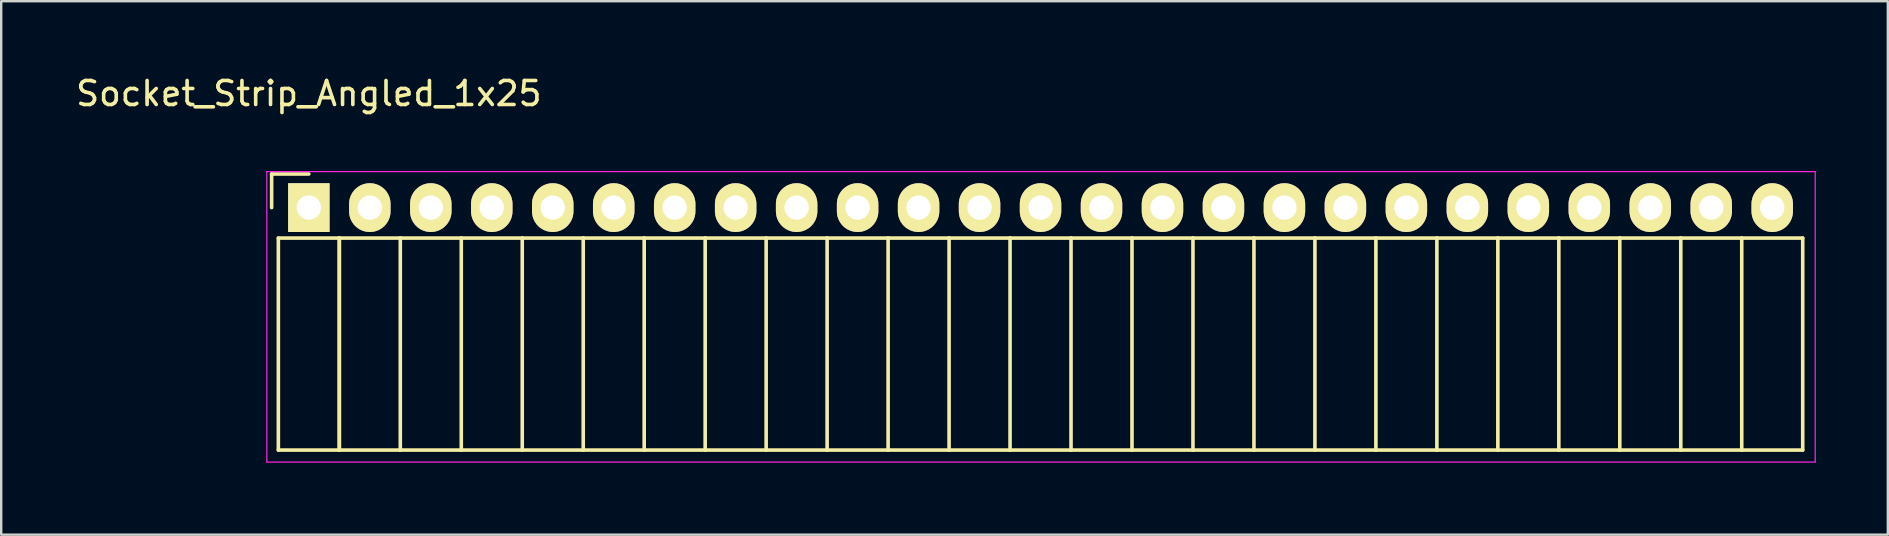
<source format=kicad_pcb>
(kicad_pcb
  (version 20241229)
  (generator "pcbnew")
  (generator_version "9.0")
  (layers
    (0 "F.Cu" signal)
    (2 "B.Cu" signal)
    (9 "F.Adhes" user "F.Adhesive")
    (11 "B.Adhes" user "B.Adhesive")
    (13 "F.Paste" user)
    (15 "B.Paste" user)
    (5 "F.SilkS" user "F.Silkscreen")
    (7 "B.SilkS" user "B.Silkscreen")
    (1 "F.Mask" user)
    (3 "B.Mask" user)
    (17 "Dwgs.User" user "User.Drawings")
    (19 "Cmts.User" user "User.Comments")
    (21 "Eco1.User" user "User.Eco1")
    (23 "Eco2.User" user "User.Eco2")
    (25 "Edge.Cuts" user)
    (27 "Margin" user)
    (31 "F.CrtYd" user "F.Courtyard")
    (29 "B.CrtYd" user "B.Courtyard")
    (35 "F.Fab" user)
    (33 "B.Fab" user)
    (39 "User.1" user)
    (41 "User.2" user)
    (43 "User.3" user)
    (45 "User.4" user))
  (footprint "Socket_Strip_Angled_1x25"
    (layer "F.Cu")
    (at 9.815 5.598)
    (property "Reference" "Socket_Strip_Angled_1x25" (at 0 -4.75 0) (layer "F.SilkS") (effects (font (size 1 1) (thickness 0.15))))
    (attr through_hole)
    (fp_line (start -1.55 -1.4) (end -1.55 0) (stroke (width 0.15) (type solid)) (layer "F.SilkS"))
    (fp_line (start -1.27 1.27) (end -1.27 10.1) (stroke (width 0.15) (type solid)) (layer "F.SilkS"))
    (fp_line (start -1.27 1.27) (end 1.27 1.27) (stroke (width 0.15) (type solid)) (layer "F.SilkS"))
    (fp_line (start -1.27 10.1) (end 1.27 10.1) (stroke (width 0.15) (type solid)) (layer "F.SilkS"))
    (fp_line (start 0 -1.4) (end -1.55 -1.4) (stroke (width 0.15) (type solid)) (layer "F.SilkS"))
    (fp_line (start 1.27 1.27) (end 1.27 10.1) (stroke (width 0.15) (type solid)) (layer "F.SilkS"))
    (fp_line (start 1.27 1.27) (end 3.81 1.27) (stroke (width 0.15) (type solid)) (layer "F.SilkS"))
    (fp_line (start 1.27 10.1) (end 1.27 1.27) (stroke (width 0.15) (type solid)) (layer "F.SilkS"))
    (fp_line (start 1.27 10.1) (end 3.81 10.1) (stroke (width 0.15) (type solid)) (layer "F.SilkS"))
    (fp_line (start 3.81 1.27) (end 6.35 1.27) (stroke (width 0.15) (type solid)) (layer "F.SilkS"))
    (fp_line (start 3.81 10.1) (end 3.81 1.27) (stroke (width 0.15) (type solid)) (layer "F.SilkS"))
    (fp_line (start 3.81 10.1) (end 6.35 10.1) (stroke (width 0.15) (type solid)) (layer "F.SilkS"))
    (fp_line (start 6.35 1.27) (end 8.89 1.27) (stroke (width 0.15) (type solid)) (layer "F.SilkS"))
    (fp_line (start 6.35 10.1) (end 6.35 1.27) (stroke (width 0.15) (type solid)) (layer "F.SilkS"))
    (fp_line (start 6.35 10.1) (end 8.89 10.1) (stroke (width 0.15) (type solid)) (layer "F.SilkS"))
    (fp_line (start 8.89 1.27) (end 11.43 1.27) (stroke (width 0.15) (type solid)) (layer "F.SilkS"))
    (fp_line (start 8.89 10.1) (end 8.89 1.27) (stroke (width 0.15) (type solid)) (layer "F.SilkS"))
    (fp_line (start 8.89 10.1) (end 11.43 10.1) (stroke (width 0.15) (type solid)) (layer "F.SilkS"))
    (fp_line (start 11.43 1.27) (end 13.97 1.27) (stroke (width 0.15) (type solid)) (layer "F.SilkS"))
    (fp_line (start 11.43 10.1) (end 11.43 1.27) (stroke (width 0.15) (type solid)) (layer "F.SilkS"))
    (fp_line (start 11.43 10.1) (end 13.97 10.1) (stroke (width 0.15) (type solid)) (layer "F.SilkS"))
    (fp_line (start 13.97 1.27) (end 16.51 1.27) (stroke (width 0.15) (type solid)) (layer "F.SilkS"))
    (fp_line (start 13.97 10.1) (end 13.97 1.27) (stroke (width 0.15) (type solid)) (layer "F.SilkS"))
    (fp_line (start 13.97 10.1) (end 16.51 10.1) (stroke (width 0.15) (type solid)) (layer "F.SilkS"))
    (fp_line (start 16.51 1.27) (end 19.05 1.27) (stroke (width 0.15) (type solid)) (layer "F.SilkS"))
    (fp_line (start 16.51 10.1) (end 16.51 1.27) (stroke (width 0.15) (type solid)) (layer "F.SilkS"))
    (fp_line (start 16.51 10.1) (end 19.05 10.1) (stroke (width 0.15) (type solid)) (layer "F.SilkS"))
    (fp_line (start 19.05 1.27) (end 21.59 1.27) (stroke (width 0.15) (type solid)) (layer "F.SilkS"))
    (fp_line (start 19.05 10.1) (end 19.05 1.27) (stroke (width 0.15) (type solid)) (layer "F.SilkS"))
    (fp_line (start 19.05 10.1) (end 21.59 10.1) (stroke (width 0.15) (type solid)) (layer "F.SilkS"))
    (fp_line (start 21.59 1.27) (end 24.13 1.27) (stroke (width 0.15) (type solid)) (layer "F.SilkS"))
    (fp_line (start 21.59 10.1) (end 21.59 1.27) (stroke (width 0.15) (type solid)) (layer "F.SilkS"))
    (fp_line (start 21.59 10.1) (end 24.13 10.1) (stroke (width 0.15) (type solid)) (layer "F.SilkS"))
    (fp_line (start 24.13 1.27) (end 26.67 1.27) (stroke (width 0.15) (type solid)) (layer "F.SilkS"))
    (fp_line (start 24.13 10.1) (end 24.13 1.27) (stroke (width 0.15) (type solid)) (layer "F.SilkS"))
    (fp_line (start 24.13 10.1) (end 26.67 10.1) (stroke (width 0.15) (type solid)) (layer "F.SilkS"))
    (fp_line (start 26.67 1.27) (end 29.21 1.27) (stroke (width 0.15) (type solid)) (layer "F.SilkS"))
    (fp_line (start 26.67 10.1) (end 26.67 1.27) (stroke (width 0.15) (type solid)) (layer "F.SilkS"))
    (fp_line (start 26.67 10.1) (end 29.21 10.1) (stroke (width 0.15) (type solid)) (layer "F.SilkS"))
    (fp_line (start 29.21 1.27) (end 31.75 1.27) (stroke (width 0.15) (type solid)) (layer "F.SilkS"))
    (fp_line (start 29.21 10.1) (end 29.21 1.27) (stroke (width 0.15) (type solid)) (layer "F.SilkS"))
    (fp_line (start 29.21 10.1) (end 31.75 10.1) (stroke (width 0.15) (type solid)) (layer "F.SilkS"))
    (fp_line (start 31.75 1.27) (end 34.29 1.27) (stroke (width 0.15) (type solid)) (layer "F.SilkS"))
    (fp_line (start 31.75 10.1) (end 31.75 1.27) (stroke (width 0.15) (type solid)) (layer "F.SilkS"))
    (fp_line (start 31.75 10.1) (end 34.29 10.1) (stroke (width 0.15) (type solid)) (layer "F.SilkS"))
    (fp_line (start 34.29 1.27) (end 36.83 1.27) (stroke (width 0.15) (type solid)) (layer "F.SilkS"))
    (fp_line (start 34.29 10.1) (end 34.29 1.27) (stroke (width 0.15) (type solid)) (layer "F.SilkS"))
    (fp_line (start 34.29 10.1) (end 36.83 10.1) (stroke (width 0.15) (type solid)) (layer "F.SilkS"))
    (fp_line (start 36.83 1.27) (end 39.37 1.27) (stroke (width 0.15) (type solid)) (layer "F.SilkS"))
    (fp_line (start 36.83 10.1) (end 36.83 1.27) (stroke (width 0.15) (type solid)) (layer "F.SilkS"))
    (fp_line (start 36.83 10.1) (end 39.37 10.1) (stroke (width 0.15) (type solid)) (layer "F.SilkS"))
    (fp_line (start 39.37 1.27) (end 41.91 1.27) (stroke (width 0.15) (type solid)) (layer "F.SilkS"))
    (fp_line (start 39.37 10.1) (end 39.37 1.27) (stroke (width 0.15) (type solid)) (layer "F.SilkS"))
    (fp_line (start 39.37 10.1) (end 41.91 10.1) (stroke (width 0.15) (type solid)) (layer "F.SilkS"))
    (fp_line (start 41.91 1.27) (end 44.45 1.27) (stroke (width 0.15) (type solid)) (layer "F.SilkS"))
    (fp_line (start 41.91 10.1) (end 41.91 1.27) (stroke (width 0.15) (type solid)) (layer "F.SilkS"))
    (fp_line (start 41.91 10.1) (end 44.45 10.1) (stroke (width 0.15) (type solid)) (layer "F.SilkS"))
    (fp_line (start 44.45 1.27) (end 46.99 1.27) (stroke (width 0.15) (type solid)) (layer "F.SilkS"))
    (fp_line (start 44.45 10.1) (end 44.45 1.27) (stroke (width 0.15) (type solid)) (layer "F.SilkS"))
    (fp_line (start 44.45 10.1) (end 46.99 10.1) (stroke (width 0.15) (type solid)) (layer "F.SilkS"))
    (fp_line (start 46.99 1.27) (end 49.53 1.27) (stroke (width 0.15) (type solid)) (layer "F.SilkS"))
    (fp_line (start 46.99 10.1) (end 46.99 1.27) (stroke (width 0.15) (type solid)) (layer "F.SilkS"))
    (fp_line (start 46.99 10.1) (end 49.53 10.1) (stroke (width 0.15) (type solid)) (layer "F.SilkS"))
    (fp_line (start 49.53 1.27) (end 52.07 1.27) (stroke (width 0.15) (type solid)) (layer "F.SilkS"))
    (fp_line (start 49.53 10.1) (end 49.53 1.27) (stroke (width 0.15) (type solid)) (layer "F.SilkS"))
    (fp_line (start 49.53 10.1) (end 52.07 10.1) (stroke (width 0.15) (type solid)) (layer "F.SilkS"))
    (fp_line (start 52.07 1.27) (end 54.61 1.27) (stroke (width 0.15) (type solid)) (layer "F.SilkS"))
    (fp_line (start 52.07 10.1) (end 52.07 1.27) (stroke (width 0.15) (type solid)) (layer "F.SilkS"))
    (fp_line (start 52.07 10.1) (end 54.61 10.1) (stroke (width 0.15) (type solid)) (layer "F.SilkS"))
    (fp_line (start 54.61 1.27) (end 57.15 1.27) (stroke (width 0.15) (type solid)) (layer "F.SilkS"))
    (fp_line (start 54.61 10.1) (end 54.61 1.27) (stroke (width 0.15) (type solid)) (layer "F.SilkS"))
    (fp_line (start 54.61 10.1) (end 57.15 10.1) (stroke (width 0.15) (type solid)) (layer "F.SilkS"))
    (fp_line (start 57.15 1.27) (end 59.69 1.27) (stroke (width 0.15) (type solid)) (layer "F.SilkS"))
    (fp_line (start 57.15 10.1) (end 57.15 1.27) (stroke (width 0.15) (type solid)) (layer "F.SilkS"))
    (fp_line (start 57.15 10.1) (end 59.69 10.1) (stroke (width 0.15) (type solid)) (layer "F.SilkS"))
    (fp_line (start 59.69 1.27) (end 62.23 1.27) (stroke (width 0.15) (type solid)) (layer "F.SilkS"))
    (fp_line (start 59.69 10.1) (end 59.69 1.27) (stroke (width 0.15) (type solid)) (layer "F.SilkS"))
    (fp_line (start 59.69 10.1) (end 62.23 10.1) (stroke (width 0.15) (type solid)) (layer "F.SilkS"))
    (fp_line (start 62.23 10.1) (end 62.23 1.27) (stroke (width 0.15) (type solid)) (layer "F.SilkS"))
    (fp_line (start -1.75 -1.5) (end -1.75 10.6) (stroke (width 0.05) (type solid)) (layer "F.CrtYd"))
    (fp_line (start -1.75 -1.5) (end 62.75 -1.5) (stroke (width 0.05) (type solid)) (layer "F.CrtYd"))
    (fp_line (start -1.75 10.6) (end 62.75 10.6) (stroke (width 0.05) (type solid)) (layer "F.CrtYd"))
    (fp_line (start 62.75 -1.5) (end 62.75 10.6) (stroke (width 0.05) (type solid)) (layer "F.CrtYd"))
    (pad "1" thru_hole rect (at 0 0) (size 1.727 2.032) (drill 1.016) (layers "*.Cu" "*.Mask" "F.SilkS"))
    (pad "2" thru_hole oval (at 2.54 0) (size 1.727 2.032) (drill 1.016) (layers "*.Cu" "*.Mask" "F.SilkS"))
    (pad "3" thru_hole oval (at 5.08 0) (size 1.727 2.032) (drill 1.016) (layers "*.Cu" "*.Mask" "F.SilkS"))
    (pad "4" thru_hole oval (at 7.62 0) (size 1.727 2.032) (drill 1.016) (layers "*.Cu" "*.Mask" "F.SilkS"))
    (pad "5" thru_hole oval (at 10.16 0) (size 1.727 2.032) (drill 1.016) (layers "*.Cu" "*.Mask" "F.SilkS"))
    (pad "6" thru_hole oval (at 12.7 0) (size 1.727 2.032) (drill 1.016) (layers "*.Cu" "*.Mask" "F.SilkS"))
    (pad "7" thru_hole oval (at 15.24 0) (size 1.727 2.032) (drill 1.016) (layers "*.Cu" "*.Mask" "F.SilkS"))
    (pad "8" thru_hole oval (at 17.78 0) (size 1.727 2.032) (drill 1.016) (layers "*.Cu" "*.Mask" "F.SilkS"))
    (pad "9" thru_hole oval (at 20.32 0) (size 1.727 2.032) (drill 1.016) (layers "*.Cu" "*.Mask" "F.SilkS"))
    (pad "10" thru_hole oval (at 22.86 0) (size 1.727 2.032) (drill 1.016) (layers "*.Cu" "*.Mask" "F.SilkS"))
    (pad "11" thru_hole oval (at 25.4 0) (size 1.727 2.032) (drill 1.016) (layers "*.Cu" "*.Mask" "F.SilkS"))
    (pad "12" thru_hole oval (at 27.94 0) (size 1.727 2.032) (drill 1.016) (layers "*.Cu" "*.Mask" "F.SilkS"))
    (pad "13" thru_hole oval (at 30.48 0) (size 1.727 2.032) (drill 1.016) (layers "*.Cu" "*.Mask" "F.SilkS"))
    (pad "14" thru_hole oval (at 33.02 0) (size 1.727 2.032) (drill 1.016) (layers "*.Cu" "*.Mask" "F.SilkS"))
    (pad "15" thru_hole oval (at 35.56 0) (size 1.727 2.032) (drill 1.016) (layers "*.Cu" "*.Mask" "F.SilkS"))
    (pad "16" thru_hole oval (at 38.1 0) (size 1.727 2.032) (drill 1.016) (layers "*.Cu" "*.Mask" "F.SilkS"))
    (pad "17" thru_hole oval (at 40.64 0) (size 1.727 2.032) (drill 1.016) (layers "*.Cu" "*.Mask" "F.SilkS"))
    (pad "18" thru_hole oval (at 43.18 0) (size 1.727 2.032) (drill 1.016) (layers "*.Cu" "*.Mask" "F.SilkS"))
    (pad "19" thru_hole oval (at 45.72 0) (size 1.727 2.032) (drill 1.016) (layers "*.Cu" "*.Mask" "F.SilkS"))
    (pad "20" thru_hole oval (at 48.26 0) (size 1.727 2.032) (drill 1.016) (layers "*.Cu" "*.Mask" "F.SilkS"))
    (pad "21" thru_hole oval (at 50.8 0) (size 1.727 2.032) (drill 1.016) (layers "*.Cu" "*.Mask" "F.SilkS"))
    (pad "22" thru_hole oval (at 53.34 0) (size 1.727 2.032) (drill 1.016) (layers "*.Cu" "*.Mask" "F.SilkS"))
    (pad "23" thru_hole oval (at 55.88 0) (size 1.727 2.032) (drill 1.016) (layers "*.Cu" "*.Mask" "F.SilkS"))
    (pad "24" thru_hole oval (at 58.42 0) (size 1.727 2.032) (drill 1.016) (layers "*.Cu" "*.Mask" "F.SilkS"))
    (pad "25" thru_hole oval (at 60.96 0) (size 1.727 2.032) (drill 1.016) (layers "*.Cu" "*.Mask" "F.SilkS")))
  (gr_rect
    (start -3 -3)
    (end 75.59 19.223)
    (stroke (width 0.1) (type default))
    (fill no)
    (layer "Edge.Cuts")))
</source>
